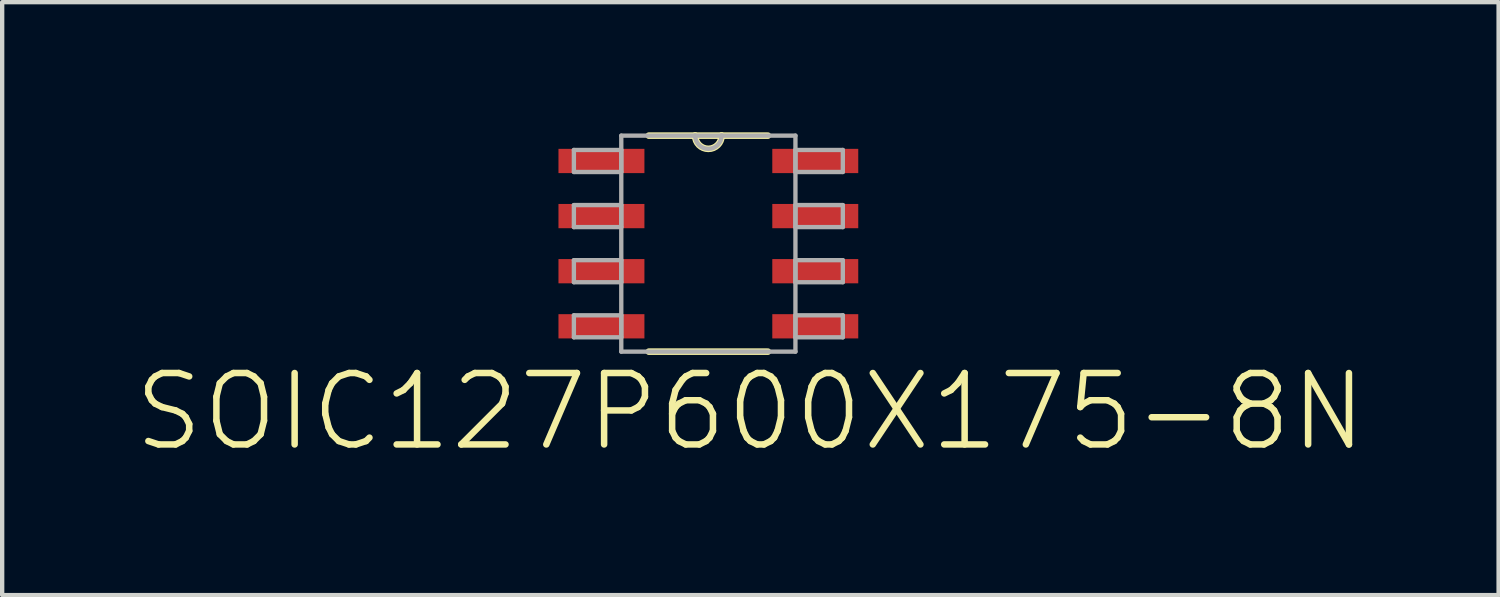
<source format=kicad_pcb>
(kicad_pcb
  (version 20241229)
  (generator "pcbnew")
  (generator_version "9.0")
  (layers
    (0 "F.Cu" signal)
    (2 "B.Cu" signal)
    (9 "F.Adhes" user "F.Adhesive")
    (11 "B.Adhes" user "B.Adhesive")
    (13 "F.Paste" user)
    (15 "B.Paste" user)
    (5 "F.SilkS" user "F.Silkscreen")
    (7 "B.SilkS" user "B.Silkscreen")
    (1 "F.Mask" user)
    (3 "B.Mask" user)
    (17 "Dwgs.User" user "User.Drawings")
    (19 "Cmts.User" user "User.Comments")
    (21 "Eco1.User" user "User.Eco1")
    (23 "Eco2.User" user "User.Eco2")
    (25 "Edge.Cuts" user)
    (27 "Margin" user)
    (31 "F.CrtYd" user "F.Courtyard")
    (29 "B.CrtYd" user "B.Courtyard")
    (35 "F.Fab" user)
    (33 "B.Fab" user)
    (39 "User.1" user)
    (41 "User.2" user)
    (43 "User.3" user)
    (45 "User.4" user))
  (footprint "SOIC127P600X175-8N"
    (layer "F.Cu")
    (at 13.275 2.565)
    (property "Reference" "SOIC127P600X175-8N" (at 0.968 3.874 0) (layer "F.SilkS") (effects (font (size 1.646 1.646) (thickness 0.15))))
    (attr smd)
    (fp_line (start -1.372 2.489) (end 1.372 2.489) (stroke (width 0.152) (type solid)) (layer "F.SilkS"))
    (fp_line (start -0.305 -2.489) (end -1.372 -2.489) (stroke (width 0.152) (type solid)) (layer "F.SilkS"))
    (fp_line (start 0.305 -2.489) (end -0.305 -2.489) (stroke (width 0.152) (type solid)) (layer "F.SilkS"))
    (fp_line (start 1.372 -2.489) (end 0.305 -2.489) (stroke (width 0.152) (type solid)) (layer "F.SilkS"))
    (fp_arc (start 0.3048 -2.4892) (mid 0 -2.1844) (end -0.3048 -2.4892) (stroke (width 0.1524) (type solid)) (layer "F.SilkS"))
    (fp_line (start -3.099 -2.159) (end -3.099 -1.651) (stroke (width 0.1) (type solid)) (layer "F.Fab"))
    (fp_line (start -3.099 -1.651) (end -2.007 -1.651) (stroke (width 0.1) (type solid)) (layer "F.Fab"))
    (fp_line (start -3.099 -0.889) (end -3.099 -0.381) (stroke (width 0.1) (type solid)) (layer "F.Fab"))
    (fp_line (start -3.099 -0.381) (end -2.007 -0.381) (stroke (width 0.1) (type solid)) (layer "F.Fab"))
    (fp_line (start -3.099 0.381) (end -3.099 0.889) (stroke (width 0.1) (type solid)) (layer "F.Fab"))
    (fp_line (start -3.099 0.889) (end -2.007 0.889) (stroke (width 0.1) (type solid)) (layer "F.Fab"))
    (fp_line (start -3.099 1.651) (end -3.099 2.159) (stroke (width 0.1) (type solid)) (layer "F.Fab"))
    (fp_line (start -3.099 2.159) (end -2.007 2.159) (stroke (width 0.1) (type solid)) (layer "F.Fab"))
    (fp_line (start -2.007 -2.489) (end -2.007 2.489) (stroke (width 0.1) (type solid)) (layer "F.Fab"))
    (fp_line (start -2.007 -2.159) (end -3.099 -2.159) (stroke (width 0.1) (type solid)) (layer "F.Fab"))
    (fp_line (start -2.007 -1.651) (end -2.007 -2.159) (stroke (width 0.1) (type solid)) (layer "F.Fab"))
    (fp_line (start -2.007 -0.889) (end -3.099 -0.889) (stroke (width 0.1) (type solid)) (layer "F.Fab"))
    (fp_line (start -2.007 -0.381) (end -2.007 -0.889) (stroke (width 0.1) (type solid)) (layer "F.Fab"))
    (fp_line (start -2.007 0.381) (end -3.099 0.381) (stroke (width 0.1) (type solid)) (layer "F.Fab"))
    (fp_line (start -2.007 0.889) (end -2.007 0.381) (stroke (width 0.1) (type solid)) (layer "F.Fab"))
    (fp_line (start -2.007 1.651) (end -3.099 1.651) (stroke (width 0.1) (type solid)) (layer "F.Fab"))
    (fp_line (start -2.007 2.159) (end -2.007 1.651) (stroke (width 0.1) (type solid)) (layer "F.Fab"))
    (fp_line (start -2.007 2.489) (end 2.007 2.489) (stroke (width 0.1) (type solid)) (layer "F.Fab"))
    (fp_line (start -0.305 -2.489) (end -2.007 -2.489) (stroke (width 0.1) (type solid)) (layer "F.Fab"))
    (fp_line (start 0.305 -2.489) (end -0.305 -2.489) (stroke (width 0.1) (type solid)) (layer "F.Fab"))
    (fp_line (start 2.007 -2.489) (end 0.305 -2.489) (stroke (width 0.1) (type solid)) (layer "F.Fab"))
    (fp_line (start 2.007 -2.159) (end 2.007 -1.651) (stroke (width 0.1) (type solid)) (layer "F.Fab"))
    (fp_line (start 2.007 -1.651) (end 3.099 -1.651) (stroke (width 0.1) (type solid)) (layer "F.Fab"))
    (fp_line (start 2.007 -0.889) (end 2.007 -0.381) (stroke (width 0.1) (type solid)) (layer "F.Fab"))
    (fp_line (start 2.007 -0.381) (end 3.099 -0.381) (stroke (width 0.1) (type solid)) (layer "F.Fab"))
    (fp_line (start 2.007 0.381) (end 2.007 0.889) (stroke (width 0.1) (type solid)) (layer "F.Fab"))
    (fp_line (start 2.007 0.889) (end 3.099 0.889) (stroke (width 0.1) (type solid)) (layer "F.Fab"))
    (fp_line (start 2.007 1.651) (end 2.007 2.159) (stroke (width 0.1) (type solid)) (layer "F.Fab"))
    (fp_line (start 2.007 2.159) (end 3.099 2.159) (stroke (width 0.1) (type solid)) (layer "F.Fab"))
    (fp_line (start 2.007 2.489) (end 2.007 -2.489) (stroke (width 0.1) (type solid)) (layer "F.Fab"))
    (fp_line (start 3.099 -2.159) (end 2.007 -2.159) (stroke (width 0.1) (type solid)) (layer "F.Fab"))
    (fp_line (start 3.099 -1.651) (end 3.099 -2.159) (stroke (width 0.1) (type solid)) (layer "F.Fab"))
    (fp_line (start 3.099 -0.889) (end 2.007 -0.889) (stroke (width 0.1) (type solid)) (layer "F.Fab"))
    (fp_line (start 3.099 -0.381) (end 3.099 -0.889) (stroke (width 0.1) (type solid)) (layer "F.Fab"))
    (fp_line (start 3.099 0.381) (end 2.007 0.381) (stroke (width 0.1) (type solid)) (layer "F.Fab"))
    (fp_line (start 3.099 0.889) (end 3.099 0.381) (stroke (width 0.1) (type solid)) (layer "F.Fab"))
    (fp_line (start 3.099 1.651) (end 2.007 1.651) (stroke (width 0.1) (type solid)) (layer "F.Fab"))
    (fp_line (start 3.099 2.159) (end 3.099 1.651) (stroke (width 0.1) (type solid)) (layer "F.Fab"))
    (fp_arc (start 0.3048 -2.4892) (mid 0 -2.1844) (end -0.3048 -2.4892) (stroke (width 0.1) (type solid)) (layer "F.Fab"))
    (pad "1" smd rect (at -2.464 -1.905) (size 1.981 0.559) (layers "F.Cu" "F.Mask" "F.Paste"))
    (pad "2" smd rect (at -2.464 -0.635) (size 1.981 0.559) (layers "F.Cu" "F.Mask" "F.Paste"))
    (pad "3" smd rect (at -2.464 0.635) (size 1.981 0.559) (layers "F.Cu" "F.Mask" "F.Paste"))
    (pad "4" smd rect (at -2.464 1.905) (size 1.981 0.559) (layers "F.Cu" "F.Mask" "F.Paste"))
    (pad "5" smd rect (at 2.464 1.905) (size 1.981 0.559) (layers "F.Cu" "F.Mask" "F.Paste"))
    (pad "6" smd rect (at 2.464 0.635) (size 1.981 0.559) (layers "F.Cu" "F.Mask" "F.Paste"))
    (pad "7" smd rect (at 2.464 -0.635) (size 1.981 0.559) (layers "F.Cu" "F.Mask" "F.Paste"))
    (pad "8" smd rect (at 2.464 -1.905) (size 1.981 0.559) (layers "F.Cu" "F.Mask" "F.Paste")))
  (gr_rect
    (start -3 -3)
    (end 31.487 10.665)
    (stroke (width 0.1) (type default))
    (fill no)
    (layer "Edge.Cuts")))
</source>
